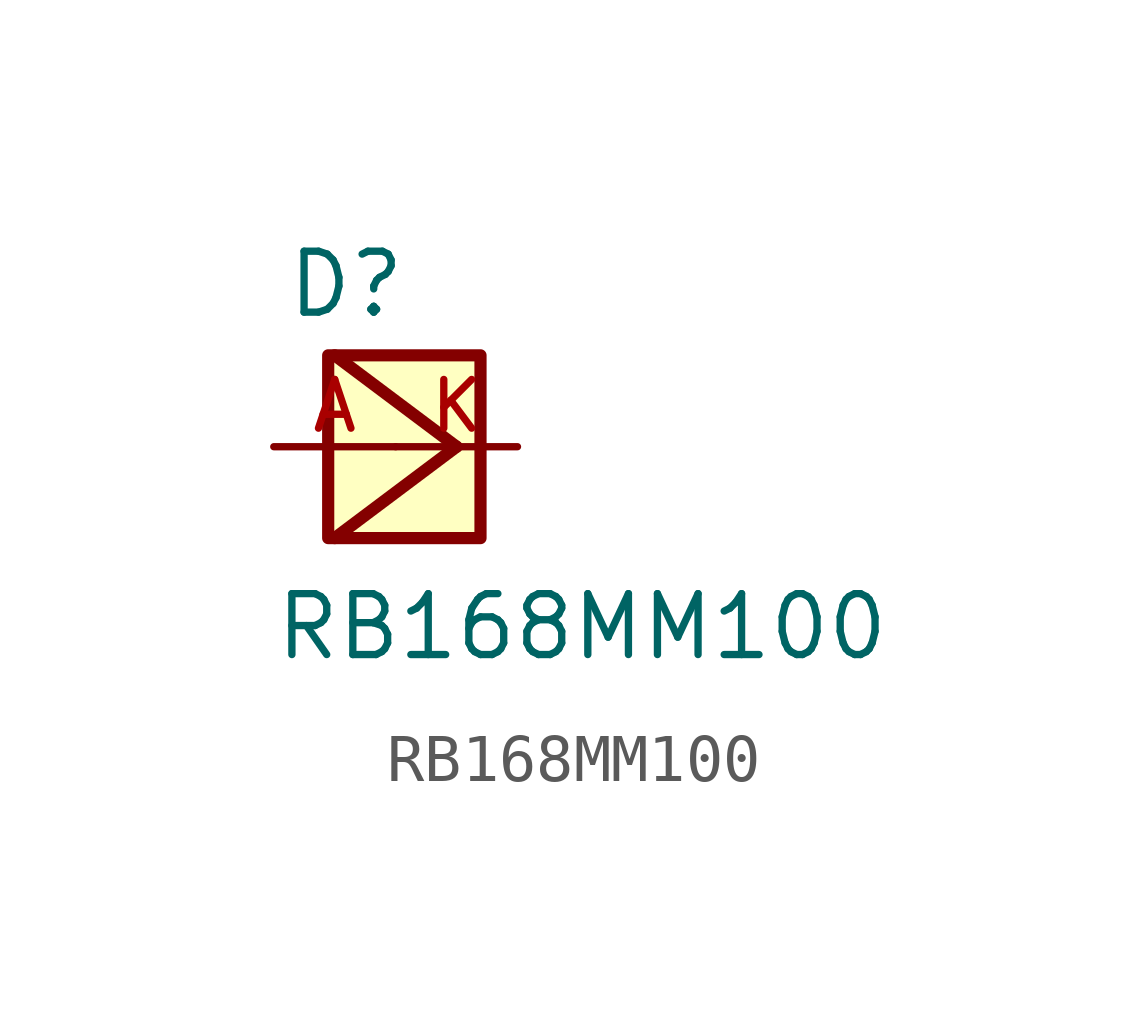
<source format=kicad_sym>
(kicad_symbol_lib
  (version 20211014)
  (generator kicad_symbol_editor)
  (symbol "RB168MM100"
    (pin_names
      (offset 1.016))
    (property "Reference" "D"
      (at -2.311 2.642 0)
      (effects (font (size 1.27 1.27)) (justify bottom left)))
    (property "Value" "RB168MM100"
      (at -2.565 -4.496 0)
      (effects (font (size 1.27 1.27)) (justify bottom left)))
    (symbol "RB168MM100_0_0"
      (polyline (pts (xy -1.27 -1.905) (xy 1.27 0.0)) (stroke (width 0.254)))
      (polyline (pts (xy 1.27 0.0) (xy -1.27 1.905)) (stroke (width 0.254)))
      (rectangle (start -1.406 -1.905) (end 1.769 1.905) (stroke (width 0.254)) (fill (type background)))
      (pin passive line (at -2.54 0.0 0) (length 2.54) (name "~" (effects (font (size 1.016 1.016)))) (number "A" (effects (font (size 1.016 1.016)))))
      (pin passive line (at 2.54 0.0 180.0) (length 2.54) (name "~" (effects (font (size 1.016 1.016)))) (number "K" (effects (font (size 1.016 1.016))))))))
</source>
